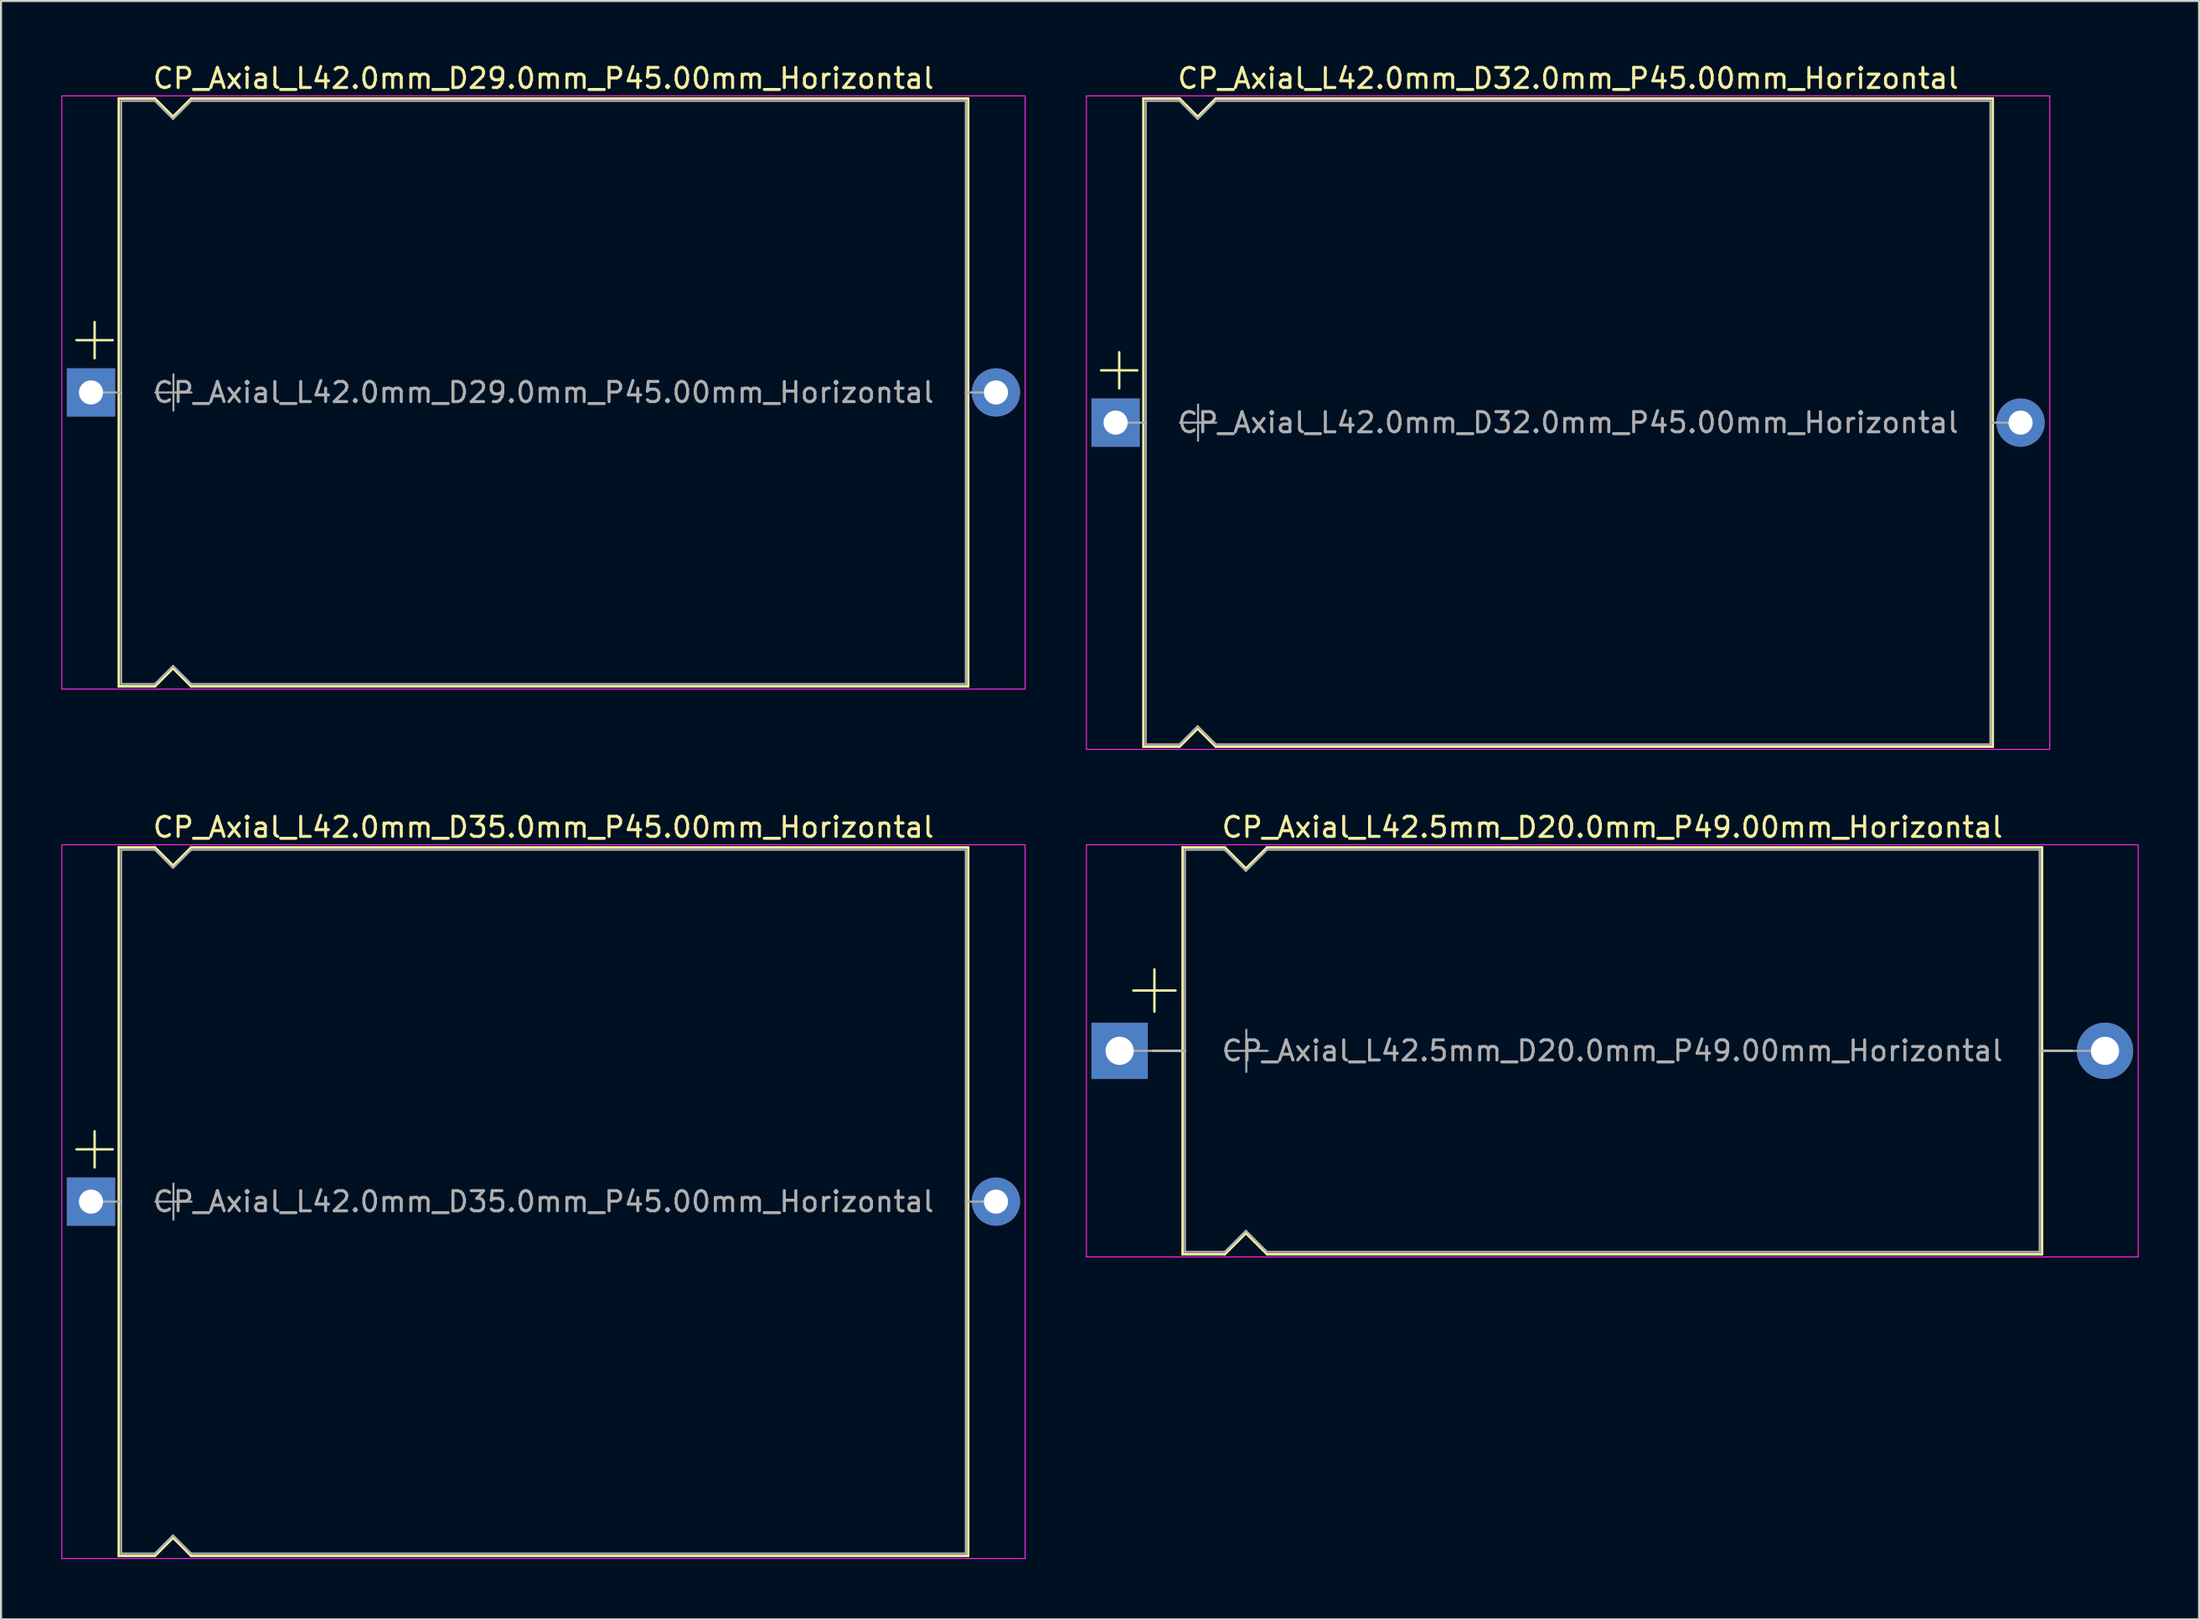
<source format=kicad_pcb>
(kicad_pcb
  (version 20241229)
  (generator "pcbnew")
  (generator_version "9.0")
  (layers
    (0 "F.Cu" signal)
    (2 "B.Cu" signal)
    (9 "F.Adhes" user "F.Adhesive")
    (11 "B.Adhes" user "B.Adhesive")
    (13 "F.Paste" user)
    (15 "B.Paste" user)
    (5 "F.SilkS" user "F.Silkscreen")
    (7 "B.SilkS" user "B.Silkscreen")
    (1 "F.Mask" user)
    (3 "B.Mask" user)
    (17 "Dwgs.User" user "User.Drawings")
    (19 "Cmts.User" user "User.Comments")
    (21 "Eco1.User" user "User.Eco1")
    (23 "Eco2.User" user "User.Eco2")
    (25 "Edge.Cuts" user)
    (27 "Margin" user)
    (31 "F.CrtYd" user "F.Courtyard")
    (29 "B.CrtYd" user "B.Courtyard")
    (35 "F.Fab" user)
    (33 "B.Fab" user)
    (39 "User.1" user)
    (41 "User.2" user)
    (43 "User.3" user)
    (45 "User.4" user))
  (footprint "CP_Axial_L42.0mm_D35.0mm_P45.00mm_Horizontal"
    (layer "F.Cu")
    (at 1.475 56.712)
    (property "Reference" "CP_Axial_L42.0mm_D35.0mm_P45.00mm_Horizontal" (at 22.5 -18.62 0) (layer "F.SilkS") (effects (font (size 1 1) (thickness 0.15))))
    (attr through_hole)
    (fp_line (start -0.72 -2.6) (end 1.08 -2.6) (stroke (width 0.12) (type solid)) (layer "F.SilkS"))
    (fp_line (start 0.18 -3.5) (end 0.18 -1.7) (stroke (width 0.12) (type solid)) (layer "F.SilkS"))
    (fp_line (start 1.38 -17.62) (end 1.38 17.62) (stroke (width 0.12) (type solid)) (layer "F.SilkS"))
    (fp_line (start 1.38 -17.62) (end 3.18 -17.62) (stroke (width 0.12) (type solid)) (layer "F.SilkS"))
    (fp_line (start 1.38 17.62) (end 3.18 17.62) (stroke (width 0.12) (type solid)) (layer "F.SilkS"))
    (fp_line (start 3.18 -17.62) (end 4.08 -16.72) (stroke (width 0.12) (type solid)) (layer "F.SilkS"))
    (fp_line (start 3.18 17.62) (end 4.08 16.72) (stroke (width 0.12) (type solid)) (layer "F.SilkS"))
    (fp_line (start 4.08 -16.72) (end 4.98 -17.62) (stroke (width 0.12) (type solid)) (layer "F.SilkS"))
    (fp_line (start 4.08 16.72) (end 4.98 17.62) (stroke (width 0.12) (type solid)) (layer "F.SilkS"))
    (fp_line (start 4.98 -17.62) (end 43.62 -17.62) (stroke (width 0.12) (type solid)) (layer "F.SilkS"))
    (fp_line (start 4.98 17.62) (end 43.62 17.62) (stroke (width 0.12) (type solid)) (layer "F.SilkS"))
    (fp_line (start 43.62 -17.62) (end 43.62 17.62) (stroke (width 0.12) (type solid)) (layer "F.SilkS"))
    (fp_line (start -1.45 -17.75) (end -1.45 17.75) (stroke (width 0.05) (type solid)) (layer "F.CrtYd"))
    (fp_line (start -1.45 17.75) (end 46.45 17.75) (stroke (width 0.05) (type solid)) (layer "F.CrtYd"))
    (fp_line (start 46.45 -17.75) (end -1.45 -17.75) (stroke (width 0.05) (type solid)) (layer "F.CrtYd"))
    (fp_line (start 46.45 17.75) (end 46.45 -17.75) (stroke (width 0.05) (type solid)) (layer "F.CrtYd"))
    (fp_line (start 0 0) (end 1.5 0) (stroke (width 0.1) (type solid)) (layer "F.Fab"))
    (fp_line (start 1.5 -17.5) (end 1.5 17.5) (stroke (width 0.1) (type solid)) (layer "F.Fab"))
    (fp_line (start 1.5 -17.5) (end 3.18 -17.5) (stroke (width 0.1) (type solid)) (layer "F.Fab"))
    (fp_line (start 1.5 17.5) (end 3.18 17.5) (stroke (width 0.1) (type solid)) (layer "F.Fab"))
    (fp_line (start 3.18 -17.5) (end 4.08 -16.6) (stroke (width 0.1) (type solid)) (layer "F.Fab"))
    (fp_line (start 3.18 17.5) (end 4.08 16.6) (stroke (width 0.1) (type solid)) (layer "F.Fab"))
    (fp_line (start 3.2 0) (end 5 0) (stroke (width 0.1) (type solid)) (layer "F.Fab"))
    (fp_line (start 4.08 -16.6) (end 4.98 -17.5) (stroke (width 0.1) (type solid)) (layer "F.Fab"))
    (fp_line (start 4.08 16.6) (end 4.98 17.5) (stroke (width 0.1) (type solid)) (layer "F.Fab"))
    (fp_line (start 4.1 -0.9) (end 4.1 0.9) (stroke (width 0.1) (type solid)) (layer "F.Fab"))
    (fp_line (start 4.98 -17.5) (end 43.5 -17.5) (stroke (width 0.1) (type solid)) (layer "F.Fab"))
    (fp_line (start 4.98 17.5) (end 43.5 17.5) (stroke (width 0.1) (type solid)) (layer "F.Fab"))
    (fp_line (start 43.5 -17.5) (end 43.5 17.5) (stroke (width 0.1) (type solid)) (layer "F.Fab"))
    (fp_line (start 45 0) (end 43.5 0) (stroke (width 0.1) (type solid)) (layer "F.Fab"))
    (fp_text user "${REFERENCE}" (at 22.5 0 0) (layer "F.Fab") (effects (font (size 1 1) (thickness 0.15))))
    (pad "1" thru_hole rect (at 0 0) (size 2.4 2.4) (drill 1.2) (layers "*.Cu" "*.Mask"))
    (pad "2" thru_hole oval (at 45 0) (size 2.4 2.4) (drill 1.2) (layers "*.Cu" "*.Mask")))
  (footprint "CP_Axial_L42.0mm_D32.0mm_P45.00mm_Horizontal"
    (layer "F.Cu")
    (at 52.425 17.968)
    (property "Reference" "CP_Axial_L42.0mm_D32.0mm_P45.00mm_Horizontal" (at 22.5 -17.12 0) (layer "F.SilkS") (effects (font (size 1 1) (thickness 0.15))))
    (attr through_hole)
    (fp_line (start -0.72 -2.6) (end 1.08 -2.6) (stroke (width 0.12) (type solid)) (layer "F.SilkS"))
    (fp_line (start 0.18 -3.5) (end 0.18 -1.7) (stroke (width 0.12) (type solid)) (layer "F.SilkS"))
    (fp_line (start 1.38 -16.12) (end 1.38 16.12) (stroke (width 0.12) (type solid)) (layer "F.SilkS"))
    (fp_line (start 1.38 -16.12) (end 3.18 -16.12) (stroke (width 0.12) (type solid)) (layer "F.SilkS"))
    (fp_line (start 1.38 16.12) (end 3.18 16.12) (stroke (width 0.12) (type solid)) (layer "F.SilkS"))
    (fp_line (start 3.18 -16.12) (end 4.08 -15.22) (stroke (width 0.12) (type solid)) (layer "F.SilkS"))
    (fp_line (start 3.18 16.12) (end 4.08 15.22) (stroke (width 0.12) (type solid)) (layer "F.SilkS"))
    (fp_line (start 4.08 -15.22) (end 4.98 -16.12) (stroke (width 0.12) (type solid)) (layer "F.SilkS"))
    (fp_line (start 4.08 15.22) (end 4.98 16.12) (stroke (width 0.12) (type solid)) (layer "F.SilkS"))
    (fp_line (start 4.98 -16.12) (end 43.62 -16.12) (stroke (width 0.12) (type solid)) (layer "F.SilkS"))
    (fp_line (start 4.98 16.12) (end 43.62 16.12) (stroke (width 0.12) (type solid)) (layer "F.SilkS"))
    (fp_line (start 43.62 -16.12) (end 43.62 16.12) (stroke (width 0.12) (type solid)) (layer "F.SilkS"))
    (fp_line (start -1.45 -16.25) (end -1.45 16.25) (stroke (width 0.05) (type solid)) (layer "F.CrtYd"))
    (fp_line (start -1.45 16.25) (end 46.45 16.25) (stroke (width 0.05) (type solid)) (layer "F.CrtYd"))
    (fp_line (start 46.45 -16.25) (end -1.45 -16.25) (stroke (width 0.05) (type solid)) (layer "F.CrtYd"))
    (fp_line (start 46.45 16.25) (end 46.45 -16.25) (stroke (width 0.05) (type solid)) (layer "F.CrtYd"))
    (fp_line (start 0 0) (end 1.5 0) (stroke (width 0.1) (type solid)) (layer "F.Fab"))
    (fp_line (start 1.5 -16) (end 1.5 16) (stroke (width 0.1) (type solid)) (layer "F.Fab"))
    (fp_line (start 1.5 -16) (end 3.18 -16) (stroke (width 0.1) (type solid)) (layer "F.Fab"))
    (fp_line (start 1.5 16) (end 3.18 16) (stroke (width 0.1) (type solid)) (layer "F.Fab"))
    (fp_line (start 3.18 -16) (end 4.08 -15.1) (stroke (width 0.1) (type solid)) (layer "F.Fab"))
    (fp_line (start 3.18 16) (end 4.08 15.1) (stroke (width 0.1) (type solid)) (layer "F.Fab"))
    (fp_line (start 3.2 0) (end 5 0) (stroke (width 0.1) (type solid)) (layer "F.Fab"))
    (fp_line (start 4.08 -15.1) (end 4.98 -16) (stroke (width 0.1) (type solid)) (layer "F.Fab"))
    (fp_line (start 4.08 15.1) (end 4.98 16) (stroke (width 0.1) (type solid)) (layer "F.Fab"))
    (fp_line (start 4.1 -0.9) (end 4.1 0.9) (stroke (width 0.1) (type solid)) (layer "F.Fab"))
    (fp_line (start 4.98 -16) (end 43.5 -16) (stroke (width 0.1) (type solid)) (layer "F.Fab"))
    (fp_line (start 4.98 16) (end 43.5 16) (stroke (width 0.1) (type solid)) (layer "F.Fab"))
    (fp_line (start 43.5 -16) (end 43.5 16) (stroke (width 0.1) (type solid)) (layer "F.Fab"))
    (fp_line (start 45 0) (end 43.5 0) (stroke (width 0.1) (type solid)) (layer "F.Fab"))
    (fp_text user "${REFERENCE}" (at 22.5 0 0) (layer "F.Fab") (effects (font (size 1 1) (thickness 0.15))))
    (pad "1" thru_hole rect (at 0 0) (size 2.4 2.4) (drill 1.2) (layers "*.Cu" "*.Mask"))
    (pad "2" thru_hole oval (at 45 0) (size 2.4 2.4) (drill 1.2) (layers "*.Cu" "*.Mask")))
  (footprint "CP_Axial_L42.0mm_D29.0mm_P45.00mm_Horizontal"
    (layer "F.Cu")
    (at 1.475 16.468)
    (property "Reference" "CP_Axial_L42.0mm_D29.0mm_P45.00mm_Horizontal" (at 22.5 -15.62 0) (layer "F.SilkS") (effects (font (size 1 1) (thickness 0.15))))
    (attr through_hole)
    (fp_line (start -0.72 -2.6) (end 1.08 -2.6) (stroke (width 0.12) (type solid)) (layer "F.SilkS"))
    (fp_line (start 0.18 -3.5) (end 0.18 -1.7) (stroke (width 0.12) (type solid)) (layer "F.SilkS"))
    (fp_line (start 1.38 -14.62) (end 1.38 14.62) (stroke (width 0.12) (type solid)) (layer "F.SilkS"))
    (fp_line (start 1.38 -14.62) (end 3.18 -14.62) (stroke (width 0.12) (type solid)) (layer "F.SilkS"))
    (fp_line (start 1.38 14.62) (end 3.18 14.62) (stroke (width 0.12) (type solid)) (layer "F.SilkS"))
    (fp_line (start 3.18 -14.62) (end 4.08 -13.72) (stroke (width 0.12) (type solid)) (layer "F.SilkS"))
    (fp_line (start 3.18 14.62) (end 4.08 13.72) (stroke (width 0.12) (type solid)) (layer "F.SilkS"))
    (fp_line (start 4.08 -13.72) (end 4.98 -14.62) (stroke (width 0.12) (type solid)) (layer "F.SilkS"))
    (fp_line (start 4.08 13.72) (end 4.98 14.62) (stroke (width 0.12) (type solid)) (layer "F.SilkS"))
    (fp_line (start 4.98 -14.62) (end 43.62 -14.62) (stroke (width 0.12) (type solid)) (layer "F.SilkS"))
    (fp_line (start 4.98 14.62) (end 43.62 14.62) (stroke (width 0.12) (type solid)) (layer "F.SilkS"))
    (fp_line (start 43.62 -14.62) (end 43.62 14.62) (stroke (width 0.12) (type solid)) (layer "F.SilkS"))
    (fp_line (start -1.45 -14.75) (end -1.45 14.75) (stroke (width 0.05) (type solid)) (layer "F.CrtYd"))
    (fp_line (start -1.45 14.75) (end 46.45 14.75) (stroke (width 0.05) (type solid)) (layer "F.CrtYd"))
    (fp_line (start 46.45 -14.75) (end -1.45 -14.75) (stroke (width 0.05) (type solid)) (layer "F.CrtYd"))
    (fp_line (start 46.45 14.75) (end 46.45 -14.75) (stroke (width 0.05) (type solid)) (layer "F.CrtYd"))
    (fp_line (start 0 0) (end 1.5 0) (stroke (width 0.1) (type solid)) (layer "F.Fab"))
    (fp_line (start 1.5 -14.5) (end 1.5 14.5) (stroke (width 0.1) (type solid)) (layer "F.Fab"))
    (fp_line (start 1.5 -14.5) (end 3.18 -14.5) (stroke (width 0.1) (type solid)) (layer "F.Fab"))
    (fp_line (start 1.5 14.5) (end 3.18 14.5) (stroke (width 0.1) (type solid)) (layer "F.Fab"))
    (fp_line (start 3.18 -14.5) (end 4.08 -13.6) (stroke (width 0.1) (type solid)) (layer "F.Fab"))
    (fp_line (start 3.18 14.5) (end 4.08 13.6) (stroke (width 0.1) (type solid)) (layer "F.Fab"))
    (fp_line (start 3.2 0) (end 5 0) (stroke (width 0.1) (type solid)) (layer "F.Fab"))
    (fp_line (start 4.08 -13.6) (end 4.98 -14.5) (stroke (width 0.1) (type solid)) (layer "F.Fab"))
    (fp_line (start 4.08 13.6) (end 4.98 14.5) (stroke (width 0.1) (type solid)) (layer "F.Fab"))
    (fp_line (start 4.1 -0.9) (end 4.1 0.9) (stroke (width 0.1) (type solid)) (layer "F.Fab"))
    (fp_line (start 4.98 -14.5) (end 43.5 -14.5) (stroke (width 0.1) (type solid)) (layer "F.Fab"))
    (fp_line (start 4.98 14.5) (end 43.5 14.5) (stroke (width 0.1) (type solid)) (layer "F.Fab"))
    (fp_line (start 43.5 -14.5) (end 43.5 14.5) (stroke (width 0.1) (type solid)) (layer "F.Fab"))
    (fp_line (start 45 0) (end 43.5 0) (stroke (width 0.1) (type solid)) (layer "F.Fab"))
    (fp_text user "${REFERENCE}" (at 22.5 0 0) (layer "F.Fab") (effects (font (size 1 1) (thickness 0.15))))
    (pad "1" thru_hole rect (at 0 0) (size 2.4 2.4) (drill 1.2) (layers "*.Cu" "*.Mask"))
    (pad "2" thru_hole oval (at 45 0) (size 2.4 2.4) (drill 1.2) (layers "*.Cu" "*.Mask")))
  (footprint "CP_Axial_L42.5mm_D20.0mm_P49.00mm_Horizontal"
    (layer "F.Cu")
    (at 52.625 49.212)
    (property "Reference" "CP_Axial_L42.5mm_D20.0mm_P49.00mm_Horizontal" (at 24.5 -11.12 0) (layer "F.SilkS") (effects (font (size 1 1) (thickness 0.15))))
    (attr through_hole)
    (fp_line (start 0.68 -3) (end 2.78 -3) (stroke (width 0.12) (type solid)) (layer "F.SilkS"))
    (fp_line (start 1.64 0) (end 3.13 0) (stroke (width 0.12) (type solid)) (layer "F.SilkS"))
    (fp_line (start 1.73 -4.05) (end 1.73 -1.95) (stroke (width 0.12) (type solid)) (layer "F.SilkS"))
    (fp_line (start 3.13 -10.12) (end 3.13 10.12) (stroke (width 0.12) (type solid)) (layer "F.SilkS"))
    (fp_line (start 3.13 -10.12) (end 5.23 -10.12) (stroke (width 0.12) (type solid)) (layer "F.SilkS"))
    (fp_line (start 3.13 10.12) (end 5.23 10.12) (stroke (width 0.12) (type solid)) (layer "F.SilkS"))
    (fp_line (start 5.23 -10.12) (end 6.28 -9.07) (stroke (width 0.12) (type solid)) (layer "F.SilkS"))
    (fp_line (start 5.23 10.12) (end 6.28 9.07) (stroke (width 0.12) (type solid)) (layer "F.SilkS"))
    (fp_line (start 6.28 -9.07) (end 7.33 -10.12) (stroke (width 0.12) (type solid)) (layer "F.SilkS"))
    (fp_line (start 6.28 9.07) (end 7.33 10.12) (stroke (width 0.12) (type solid)) (layer "F.SilkS"))
    (fp_line (start 7.33 -10.12) (end 45.87 -10.12) (stroke (width 0.12) (type solid)) (layer "F.SilkS"))
    (fp_line (start 7.33 10.12) (end 45.87 10.12) (stroke (width 0.12) (type solid)) (layer "F.SilkS"))
    (fp_line (start 45.87 -10.12) (end 45.87 10.12) (stroke (width 0.12) (type solid)) (layer "F.SilkS"))
    (fp_line (start 47.36 0) (end 45.87 0) (stroke (width 0.12) (type solid)) (layer "F.SilkS"))
    (fp_line (start -1.65 -10.25) (end -1.65 10.25) (stroke (width 0.05) (type solid)) (layer "F.CrtYd"))
    (fp_line (start -1.65 10.25) (end 50.65 10.25) (stroke (width 0.05) (type solid)) (layer "F.CrtYd"))
    (fp_line (start 50.65 -10.25) (end -1.65 -10.25) (stroke (width 0.05) (type solid)) (layer "F.CrtYd"))
    (fp_line (start 50.65 10.25) (end 50.65 -10.25) (stroke (width 0.05) (type solid)) (layer "F.CrtYd"))
    (fp_line (start 0 0) (end 3.25 0) (stroke (width 0.1) (type solid)) (layer "F.Fab"))
    (fp_line (start 3.25 -10) (end 3.25 10) (stroke (width 0.1) (type solid)) (layer "F.Fab"))
    (fp_line (start 3.25 -10) (end 5.23 -10) (stroke (width 0.1) (type solid)) (layer "F.Fab"))
    (fp_line (start 3.25 10) (end 5.23 10) (stroke (width 0.1) (type solid)) (layer "F.Fab"))
    (fp_line (start 5.23 -10) (end 6.28 -8.95) (stroke (width 0.1) (type solid)) (layer "F.Fab"))
    (fp_line (start 5.23 10) (end 6.28 8.95) (stroke (width 0.1) (type solid)) (layer "F.Fab"))
    (fp_line (start 5.25 0) (end 7.35 0) (stroke (width 0.1) (type solid)) (layer "F.Fab"))
    (fp_line (start 6.28 -8.95) (end 7.33 -10) (stroke (width 0.1) (type solid)) (layer "F.Fab"))
    (fp_line (start 6.28 8.95) (end 7.33 10) (stroke (width 0.1) (type solid)) (layer "F.Fab"))
    (fp_line (start 6.3 -1.05) (end 6.3 1.05) (stroke (width 0.1) (type solid)) (layer "F.Fab"))
    (fp_line (start 7.33 -10) (end 45.75 -10) (stroke (width 0.1) (type solid)) (layer "F.Fab"))
    (fp_line (start 7.33 10) (end 45.75 10) (stroke (width 0.1) (type solid)) (layer "F.Fab"))
    (fp_line (start 45.75 -10) (end 45.75 10) (stroke (width 0.1) (type solid)) (layer "F.Fab"))
    (fp_line (start 49 0) (end 45.75 0) (stroke (width 0.1) (type solid)) (layer "F.Fab"))
    (fp_text user "${REFERENCE}" (at 24.5 0 0) (layer "F.Fab") (effects (font (size 1 1) (thickness 0.15))))
    (pad "1" thru_hole rect (at 0 0) (size 2.8 2.8) (drill 1.4) (layers "*.Cu" "*.Mask"))
    (pad "2" thru_hole oval (at 49 0) (size 2.8 2.8) (drill 1.4) (layers "*.Cu" "*.Mask")))
  (gr_rect
    (start -3 -3)
    (end 106.3 77.487)
    (stroke (width 0.1) (type default))
    (fill no)
    (layer "Edge.Cuts")))
</source>
